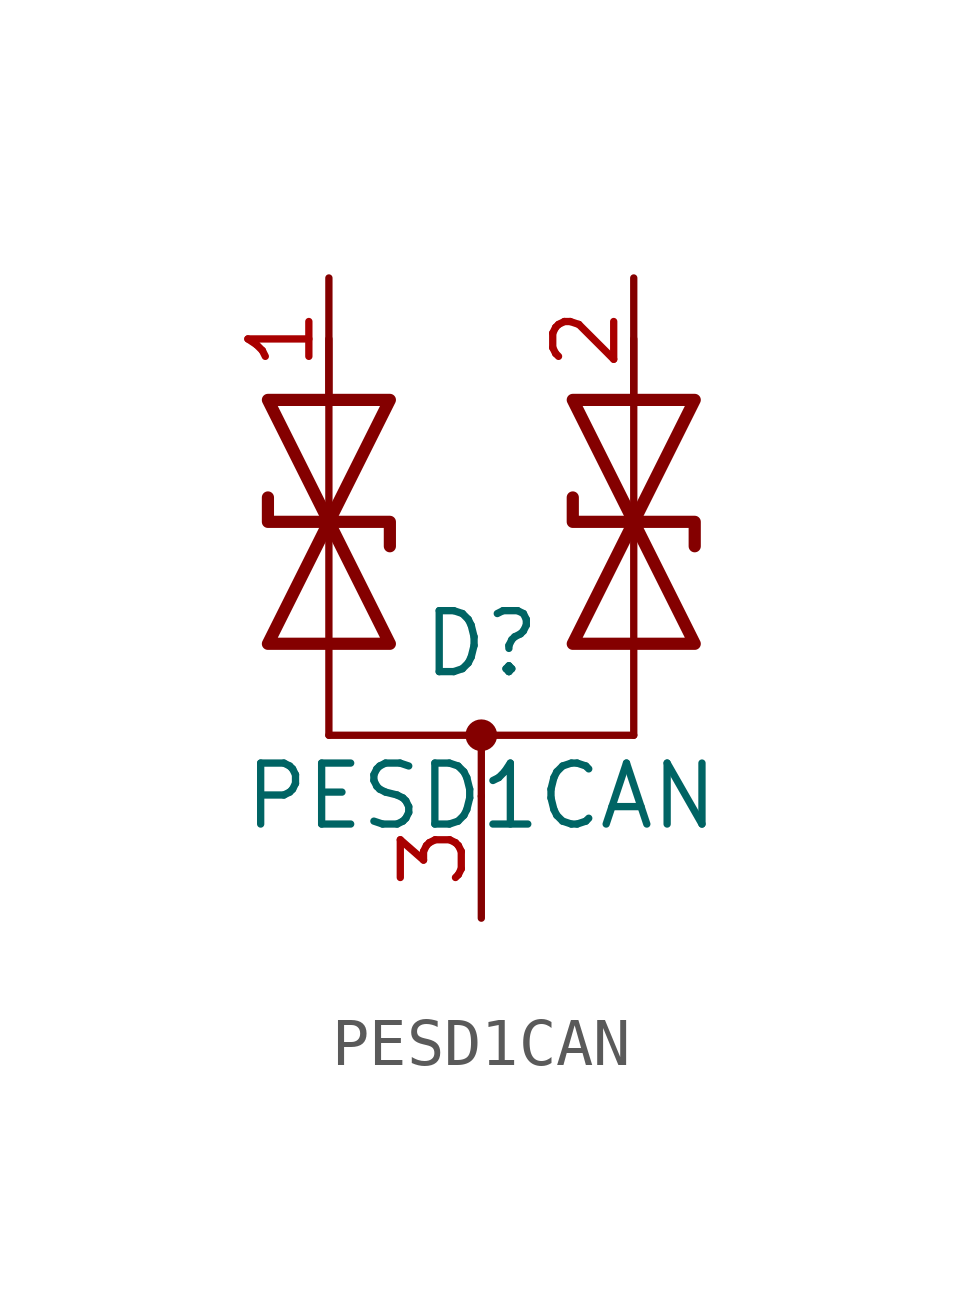
<source format=kicad_sym>
(kicad_symbol_lib
  (version 20211014)
  (generator kicad_symbol_editor)
  (symbol "PESD1CAN"
    (pin_names
      (offset 1.016) hide)
    (property "Reference" "D"
      (at 0 1.905 0)
      (effects (font (size 1.27 1.27))))
    (property "Value" "PESD1CAN"
      (at 0 -1.27 0)
      (effects (font (size 1.27 1.27))))
    (symbol "PESD1CAN_0_0"
      (polyline (pts (xy 0 -1.27) (xy 0 0)) (stroke (width 0) (type default) (color 0 0 0 0)) (fill (type none))))
    (symbol "PESD1CAN_0_1"
      (polyline (pts (xy -3.175 0) (xy -3.175 8.255)) (stroke (width 0) (type default) (color 0 0 0 0)) (fill (type none)))
      (polyline (pts (xy 3.175 0) (xy -3.175 0)) (stroke (width 0) (type default) (color 0 0 0 0)) (fill (type none)))
      (polyline (pts (xy 3.175 0) (xy 3.175 8.255)) (stroke (width 0) (type default) (color 0 0 0 0)) (fill (type none)))
      (polyline (pts (xy -4.445 4.953) (xy -4.445 4.445) (xy -1.905 4.445) (xy -1.905 3.937)) (stroke (width 0.254) (type default) (color 0 0 0 0)) (fill (type none)))
      (polyline (pts (xy 1.905 4.953) (xy 1.905 4.445) (xy 4.445 4.445) (xy 4.445 3.937)) (stroke (width 0.254) (type default) (color 0 0 0 0)) (fill (type none)))
      (polyline (pts (xy -4.445 1.905) (xy -1.905 6.985) (xy -4.445 6.985) (xy -1.905 1.905) (xy -4.445 1.905)) (stroke (width 0.254) (type default) (color 0 0 0 0)) (fill (type none)))
      (polyline (pts (xy 1.905 6.985) (xy 4.445 1.905) (xy 1.905 1.905) (xy 4.445 6.985) (xy 1.905 6.985)) (stroke (width 0.254) (type default) (color 0 0 0 0)) (fill (type none)))
      (circle (center 0 0) (radius 0.254) (stroke (width 0) (type default) (color 0 0 0 0)) (fill (type outline))))
    (symbol "PESD1CAN_1_1"
      (pin passive line (at -3.175 9.525 270) (length 2.54) (name "A1" (effects (font (size 1.27 1.27)))) (number "1" (effects (font (size 1.27 1.27)))))
      (pin passive line (at 3.175 9.525 270) (length 2.54) (name "A2" (effects (font (size 1.27 1.27)))) (number "2" (effects (font (size 1.27 1.27)))))
      (pin input line (at 0 -3.81 90) (length 2.54) (name "common" (effects (font (size 1.27 1.27)))) (number "3" (effects (font (size 1.27 1.27))))))))
</source>
